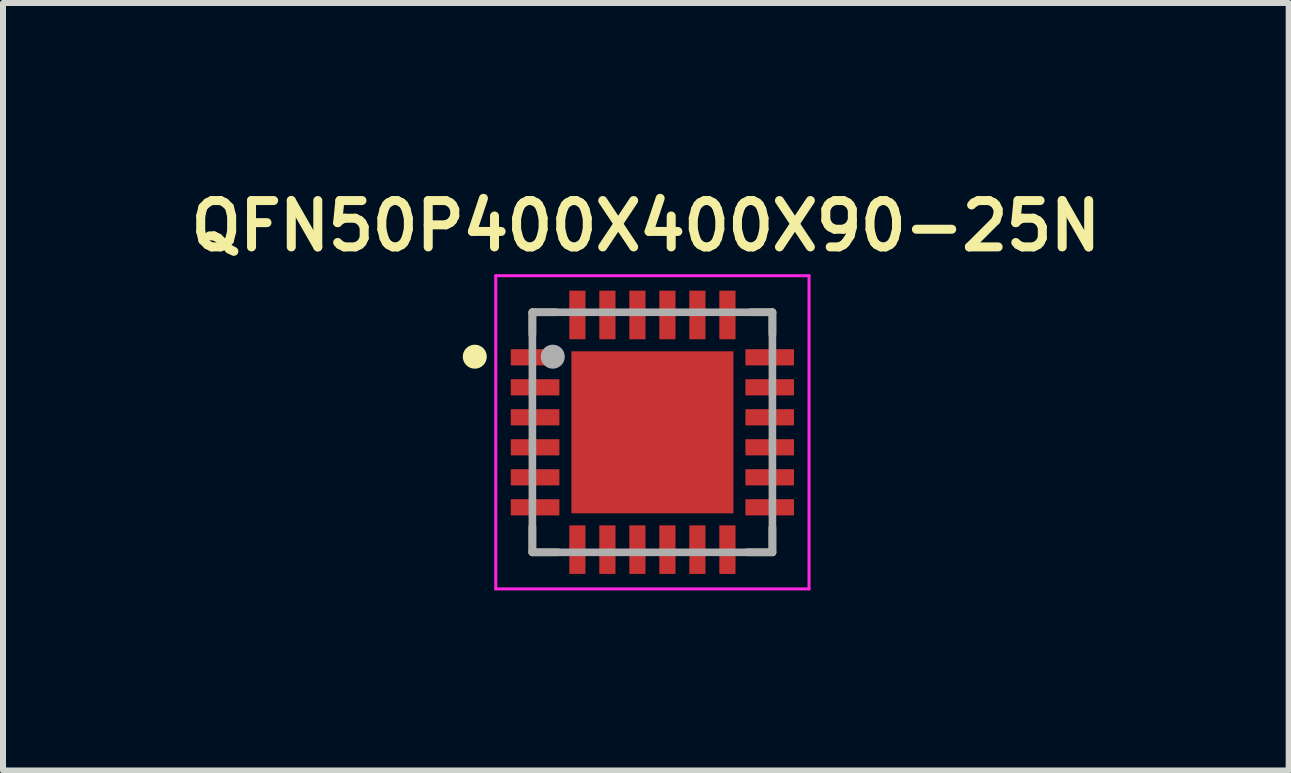
<source format=kicad_pcb>
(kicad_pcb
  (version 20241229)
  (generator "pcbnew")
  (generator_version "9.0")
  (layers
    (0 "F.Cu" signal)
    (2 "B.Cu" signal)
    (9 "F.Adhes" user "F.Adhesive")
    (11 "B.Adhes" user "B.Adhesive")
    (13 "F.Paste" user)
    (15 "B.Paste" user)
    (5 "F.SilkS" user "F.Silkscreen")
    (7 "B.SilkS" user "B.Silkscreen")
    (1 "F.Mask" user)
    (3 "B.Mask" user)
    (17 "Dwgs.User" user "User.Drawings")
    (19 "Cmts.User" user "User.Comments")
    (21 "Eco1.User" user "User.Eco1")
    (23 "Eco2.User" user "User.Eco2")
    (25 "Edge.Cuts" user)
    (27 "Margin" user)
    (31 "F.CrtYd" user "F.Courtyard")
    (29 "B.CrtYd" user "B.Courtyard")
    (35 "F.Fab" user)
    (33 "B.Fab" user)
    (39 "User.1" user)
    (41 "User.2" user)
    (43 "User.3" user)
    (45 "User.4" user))
  (footprint "QFN50P400X400X90-25N"
    (layer "F.Cu")
    (at 7.822 4.154)
    (property "Reference" "QFN50P400X400X90-25N" (at -0.11 -3.439 0) (layer "F.SilkS") (effects (font (size 0.773 0.773) (thickness 0.15))))
    (attr smd)
    (fp_line (start -2 -2) (end -2 -1.63) (stroke (width 0.127) (type solid)) (layer "F.SilkS"))
    (fp_line (start -2 1.58) (end -2 2) (stroke (width 0.127) (type solid)) (layer "F.SilkS"))
    (fp_line (start -2 2) (end -1.57 2) (stroke (width 0.127) (type solid)) (layer "F.SilkS"))
    (fp_line (start -1.61 -2) (end -2 -2) (stroke (width 0.127) (type solid)) (layer "F.SilkS"))
    (fp_line (start 1.64 -2) (end 2 -2) (stroke (width 0.127) (type solid)) (layer "F.SilkS"))
    (fp_line (start 2 -2) (end 2 -1.63) (stroke (width 0.127) (type solid)) (layer "F.SilkS"))
    (fp_line (start 2 1.59) (end 2 2) (stroke (width 0.127) (type solid)) (layer "F.SilkS"))
    (fp_line (start 2 2) (end 1.58 2) (stroke (width 0.127) (type solid)) (layer "F.SilkS"))
    (fp_circle (center -2.96 -1.26) (end -2.86 -1.26) (stroke (width 0.2) (type solid)) (fill no) (layer "F.SilkS"))
    (fp_poly (pts (xy -0.856 -0.855) (xy 0.855 -0.855) (xy 0.855 0.856) (xy -0.856 0.856)) (stroke (width 0.01) (type solid)) (fill yes) (layer "F.Paste"))
    (fp_line (start -2.61 -2.61) (end -2.61 2.61) (stroke (width 0.05) (type solid)) (layer "F.CrtYd"))
    (fp_line (start -2.61 2.61) (end 2.61 2.61) (stroke (width 0.05) (type solid)) (layer "F.CrtYd"))
    (fp_line (start 2.61 -2.61) (end -2.61 -2.61) (stroke (width 0.05) (type solid)) (layer "F.CrtYd"))
    (fp_line (start 2.61 2.61) (end 2.61 -2.61) (stroke (width 0.05) (type solid)) (layer "F.CrtYd"))
    (fp_line (start -2 -2) (end -2 2) (stroke (width 0.127) (type solid)) (layer "F.Fab"))
    (fp_line (start -2 2) (end 2 2) (stroke (width 0.127) (type solid)) (layer "F.Fab"))
    (fp_line (start 2 -2) (end -2 -2) (stroke (width 0.127) (type solid)) (layer "F.Fab"))
    (fp_line (start 2 2) (end 2 -2) (stroke (width 0.127) (type solid)) (layer "F.Fab"))
    (fp_circle (center -1.66 -1.26) (end -1.56 -1.26) (stroke (width 0.2) (type solid)) (fill no) (layer "F.Fab"))
    (pad "1" smd roundrect (at -1.955 -1.25) (size 0.81 0.27) (layers "F.Cu" "F.Mask" "F.Paste") (roundrect_rratio 0.03))
    (pad "2" smd roundrect (at -1.955 -0.75) (size 0.81 0.27) (layers "F.Cu" "F.Mask" "F.Paste") (roundrect_rratio 0.03))
    (pad "3" smd roundrect (at -1.955 -0.25) (size 0.81 0.27) (layers "F.Cu" "F.Mask" "F.Paste") (roundrect_rratio 0.03))
    (pad "4" smd roundrect (at -1.955 0.25) (size 0.81 0.27) (layers "F.Cu" "F.Mask" "F.Paste") (roundrect_rratio 0.03))
    (pad "5" smd roundrect (at -1.955 0.75) (size 0.81 0.27) (layers "F.Cu" "F.Mask" "F.Paste") (roundrect_rratio 0.03))
    (pad "6" smd roundrect (at -1.955 1.25) (size 0.81 0.27) (layers "F.Cu" "F.Mask" "F.Paste") (roundrect_rratio 0.03))
    (pad "7" smd roundrect (at -1.25 1.955 90) (size 0.81 0.27) (layers "F.Cu" "F.Mask" "F.Paste") (roundrect_rratio 0.03))
    (pad "8" smd roundrect (at -0.75 1.955 90) (size 0.81 0.27) (layers "F.Cu" "F.Mask" "F.Paste") (roundrect_rratio 0.03))
    (pad "9" smd roundrect (at -0.25 1.955 90) (size 0.81 0.27) (layers "F.Cu" "F.Mask" "F.Paste") (roundrect_rratio 0.03))
    (pad "10" smd roundrect (at 0.25 1.955 90) (size 0.81 0.27) (layers "F.Cu" "F.Mask" "F.Paste") (roundrect_rratio 0.03))
    (pad "11" smd roundrect (at 0.75 1.955 90) (size 0.81 0.27) (layers "F.Cu" "F.Mask" "F.Paste") (roundrect_rratio 0.03))
    (pad "12" smd roundrect (at 1.25 1.955 90) (size 0.81 0.27) (layers "F.Cu" "F.Mask" "F.Paste") (roundrect_rratio 0.03))
    (pad "13" smd roundrect (at 1.955 1.25 180) (size 0.81 0.27) (layers "F.Cu" "F.Mask" "F.Paste") (roundrect_rratio 0.03))
    (pad "14" smd roundrect (at 1.955 0.75 180) (size 0.81 0.27) (layers "F.Cu" "F.Mask" "F.Paste") (roundrect_rratio 0.03))
    (pad "15" smd roundrect (at 1.955 0.25 180) (size 0.81 0.27) (layers "F.Cu" "F.Mask" "F.Paste") (roundrect_rratio 0.03))
    (pad "16" smd roundrect (at 1.955 -0.25 180) (size 0.81 0.27) (layers "F.Cu" "F.Mask" "F.Paste") (roundrect_rratio 0.03))
    (pad "17" smd roundrect (at 1.955 -0.75 180) (size 0.81 0.27) (layers "F.Cu" "F.Mask" "F.Paste") (roundrect_rratio 0.03))
    (pad "18" smd roundrect (at 1.955 -1.25 180) (size 0.81 0.27) (layers "F.Cu" "F.Mask" "F.Paste") (roundrect_rratio 0.03))
    (pad "19" smd roundrect (at 1.25 -1.955 270) (size 0.81 0.27) (layers "F.Cu" "F.Mask" "F.Paste") (roundrect_rratio 0.03))
    (pad "20" smd roundrect (at 0.75 -1.955 270) (size 0.81 0.27) (layers "F.Cu" "F.Mask" "F.Paste") (roundrect_rratio 0.03))
    (pad "21" smd roundrect (at 0.25 -1.955 270) (size 0.81 0.27) (layers "F.Cu" "F.Mask" "F.Paste") (roundrect_rratio 0.03))
    (pad "22" smd roundrect (at -0.25 -1.955 270) (size 0.81 0.27) (layers "F.Cu" "F.Mask" "F.Paste") (roundrect_rratio 0.03))
    (pad "23" smd roundrect (at -0.75 -1.955 270) (size 0.81 0.27) (layers "F.Cu" "F.Mask" "F.Paste") (roundrect_rratio 0.03))
    (pad "24" smd roundrect (at -1.25 -1.955 270) (size 0.81 0.27) (layers "F.Cu" "F.Mask" "F.Paste") (roundrect_rratio 0.03))
    (pad "25" smd rect (at 0 0 270) (size 2.7 2.7) (layers "F.Cu" "F.Mask")))
  (gr_rect
    (start -3 -3)
    (end 18.425 9.789)
    (stroke (width 0.1) (type default))
    (fill no)
    (layer "Edge.Cuts")))
</source>
